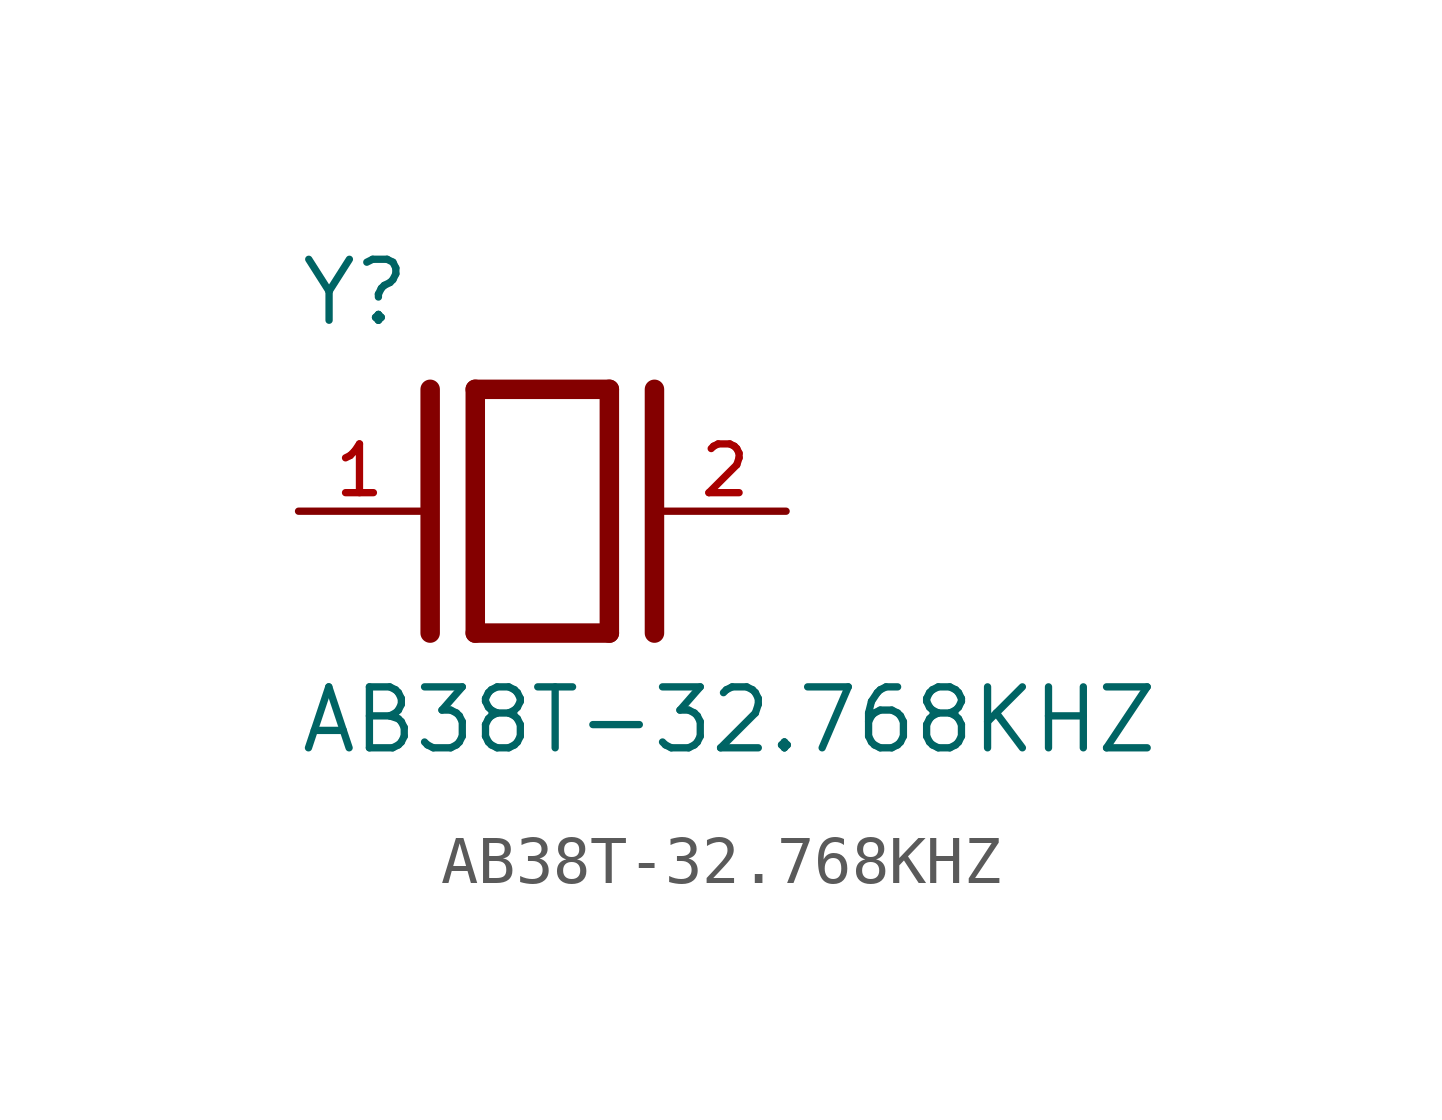
<source format=kicad_sym>
(kicad_symbol_lib
  (version 20211014)
  (generator kicad_symbol_editor)
  (symbol "AB38T-32.768KHZ"
    (pin_names
      (offset 1.016))
    (property "Reference" "Y"
      (at -5.088 3.816 0)
      (effects (font (size 1.27 1.27)) (justify bottom left)))
    (property "Value" "AB38T-32.768KHZ"
      (at -5.094 -5.094 0)
      (effects (font (size 1.27 1.27)) (justify bottom left)))
    (symbol "AB38T-32.768KHZ_0_0"
      (polyline (pts (xy -1.397 2.54) (xy 1.397 2.54)) (stroke (width 0.406)))
      (polyline (pts (xy 1.397 2.54) (xy 1.397 -2.54)) (stroke (width 0.406)))
      (polyline (pts (xy 1.397 -2.54) (xy -1.397 -2.54)) (stroke (width 0.406)))
      (polyline (pts (xy -1.397 2.54) (xy -1.397 -2.54)) (stroke (width 0.406)))
      (polyline (pts (xy 2.337 2.54) (xy 2.337 -2.54)) (stroke (width 0.406)))
      (polyline (pts (xy -2.337 2.54) (xy -2.337 -2.54)) (stroke (width 0.406)))
      (pin passive line (at 5.08 0.0 180.0) (length 2.54) (name "~" (effects (font (size 1.016 1.016)))) (number "2" (effects (font (size 1.016 1.016)))))
      (pin passive line (at -5.08 0.0 0) (length 2.54) (name "~" (effects (font (size 1.016 1.016)))) (number "1" (effects (font (size 1.016 1.016))))))))
</source>
